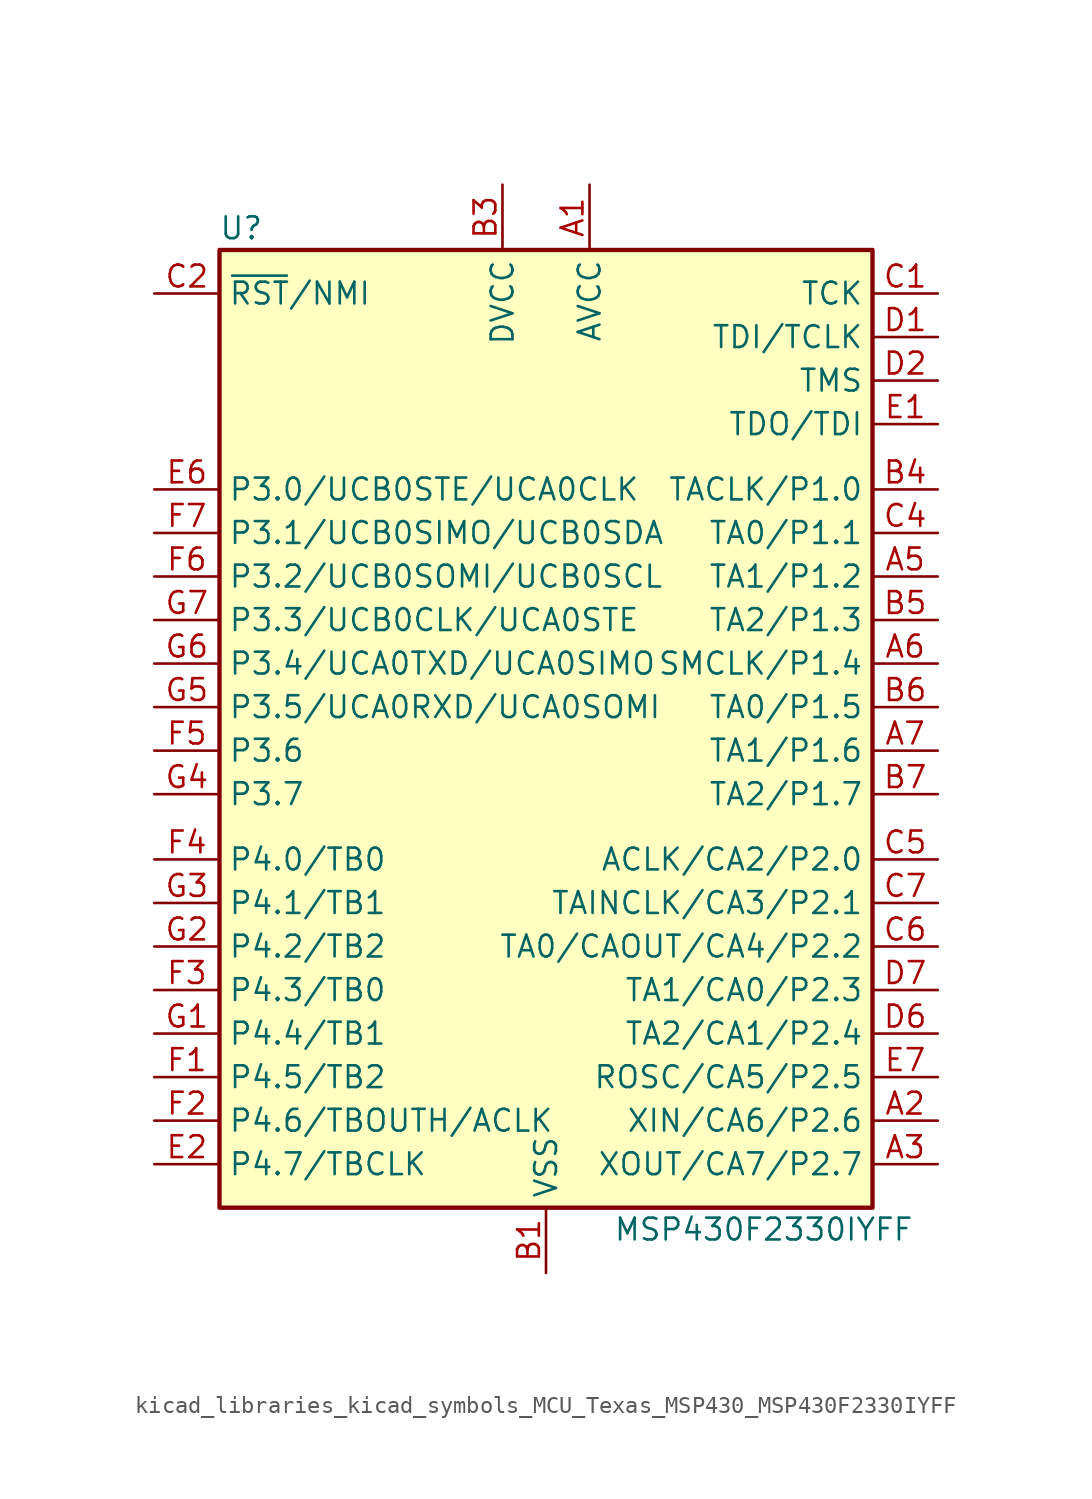
<source format=kicad_sym>
(kicad_symbol_lib
  (version 20220914)
  (generator kicad_symbol_editor)
  (symbol "kicad_libraries_kicad_symbols_MCU_Texas_MSP430_MSP430F2330IYFF"
    (property "Reference" "U"
      (at -17.78 29.21 0)
      (effects (font (size 1.27 1.27))))
    (property "Value" "MSP430F2330IYFF"
      (at 12.7 -29.21 0)
      (effects (font (size 1.27 1.27))))
    (symbol "kicad_libraries_kicad_symbols_MCU_Texas_MSP430_MSP430F2330IYFF_0_1"
      (rectangle (start -19.05 27.94) (end 19.05 -27.94) (stroke (width 0.254) (type default)) (fill (type background))))
    (symbol "kicad_libraries_kicad_symbols_MCU_Texas_MSP430_MSP430F2330IYFF_1_1"
      (pin power_in line (at 2.54 31.75 270) (length 3.81) (name "AVCC" (effects (font (size 1.27 1.27)))) (number "A1" (effects (font (size 1.27 1.27)))))
      (pin bidirectional line (at 22.86 -22.86 180) (length 3.81) (name "XIN/CA6/P2.6" (effects (font (size 1.27 1.27)))) (number "A2" (effects (font (size 1.27 1.27)))))
      (pin bidirectional line (at 22.86 -25.4 180) (length 3.81) (name "XOUT/CA7/P2.7" (effects (font (size 1.27 1.27)))) (number "A3" (effects (font (size 1.27 1.27)))))
      (pin bidirectional line (at 22.86 8.89 180) (length 3.81) (name "TA1/P1.2" (effects (font (size 1.27 1.27)))) (number "A5" (effects (font (size 1.27 1.27)))))
      (pin bidirectional line (at 22.86 3.81 180) (length 3.81) (name "SMCLK/P1.4" (effects (font (size 1.27 1.27)))) (number "A6" (effects (font (size 1.27 1.27)))))
      (pin bidirectional line (at 22.86 -1.27 180) (length 3.81) (name "TA1/P1.6" (effects (font (size 1.27 1.27)))) (number "A7" (effects (font (size 1.27 1.27)))))
      (pin power_in line (at 0 -31.75 90) (length 3.81) (name "VSS" (effects (font (size 1.27 1.27)))) (number "B1" (effects (font (size 1.27 1.27)))))
      (pin power_in line (at -2.54 31.75 270) (length 3.81) (name "DVCC" (effects (font (size 1.27 1.27)))) (number "B3" (effects (font (size 1.27 1.27)))))
      (pin bidirectional line (at 22.86 13.97 180) (length 3.81) (name "TACLK/P1.0" (effects (font (size 1.27 1.27)))) (number "B4" (effects (font (size 1.27 1.27)))))
      (pin bidirectional line (at 22.86 6.35 180) (length 3.81) (name "TA2/P1.3" (effects (font (size 1.27 1.27)))) (number "B5" (effects (font (size 1.27 1.27)))))
      (pin bidirectional line (at 22.86 1.27 180) (length 3.81) (name "TA0/P1.5" (effects (font (size 1.27 1.27)))) (number "B6" (effects (font (size 1.27 1.27)))))
      (pin bidirectional line (at 22.86 -3.81 180) (length 3.81) (name "TA2/P1.7" (effects (font (size 1.27 1.27)))) (number "B7" (effects (font (size 1.27 1.27)))))
      (pin input line (at 22.86 25.4 180) (length 3.81) (name "TCK" (effects (font (size 1.27 1.27)))) (number "C1" (effects (font (size 1.27 1.27)))))
      (pin input line (at -22.86 25.4 0) (length 3.81) (name "~{RST}/NMI" (effects (font (size 1.27 1.27)))) (number "C2" (effects (font (size 1.27 1.27)))))
      (pin bidirectional line (at 22.86 11.43 180) (length 3.81) (name "TA0/P1.1" (effects (font (size 1.27 1.27)))) (number "C4" (effects (font (size 1.27 1.27)))))
      (pin bidirectional line (at 22.86 -7.62 180) (length 3.81) (name "ACLK/CA2/P2.0" (effects (font (size 1.27 1.27)))) (number "C5" (effects (font (size 1.27 1.27)))))
      (pin bidirectional line (at 22.86 -12.7 180) (length 3.81) (name "TA0/CAOUT/CA4/P2.2" (effects (font (size 1.27 1.27)))) (number "C6" (effects (font (size 1.27 1.27)))))
      (pin bidirectional line (at 22.86 -10.16 180) (length 3.81) (name "TAINCLK/CA3/P2.1" (effects (font (size 1.27 1.27)))) (number "C7" (effects (font (size 1.27 1.27)))))
      (pin input line (at 22.86 22.86 180) (length 3.81) (name "TDI/TCLK" (effects (font (size 1.27 1.27)))) (number "D1" (effects (font (size 1.27 1.27)))))
      (pin input line (at 22.86 20.32 180) (length 3.81) (name "TMS" (effects (font (size 1.27 1.27)))) (number "D2" (effects (font (size 1.27 1.27)))))
      (pin bidirectional line (at 22.86 -17.78 180) (length 3.81) (name "TA2/CA1/P2.4" (effects (font (size 1.27 1.27)))) (number "D6" (effects (font (size 1.27 1.27)))))
      (pin bidirectional line (at 22.86 -15.24 180) (length 3.81) (name "TA1/CA0/P2.3" (effects (font (size 1.27 1.27)))) (number "D7" (effects (font (size 1.27 1.27)))))
      (pin bidirectional line (at 22.86 17.78 180) (length 3.81) (name "TDO/TDI" (effects (font (size 1.27 1.27)))) (number "E1" (effects (font (size 1.27 1.27)))))
      (pin bidirectional line (at -22.86 -25.4 0) (length 3.81) (name "P4.7/TBCLK" (effects (font (size 1.27 1.27)))) (number "E2" (effects (font (size 1.27 1.27)))))
      (pin bidirectional line (at -22.86 13.97 0) (length 3.81) (name "P3.0/UCB0STE/UCA0CLK" (effects (font (size 1.27 1.27)))) (number "E6" (effects (font (size 1.27 1.27)))))
      (pin bidirectional line (at 22.86 -20.32 180) (length 3.81) (name "ROSC/CA5/P2.5" (effects (font (size 1.27 1.27)))) (number "E7" (effects (font (size 1.27 1.27)))))
      (pin bidirectional line (at -22.86 -20.32 0) (length 3.81) (name "P4.5/TB2" (effects (font (size 1.27 1.27)))) (number "F1" (effects (font (size 1.27 1.27)))))
      (pin bidirectional line (at -22.86 -22.86 0) (length 3.81) (name "P4.6/TBOUTH/ACLK" (effects (font (size 1.27 1.27)))) (number "F2" (effects (font (size 1.27 1.27)))))
      (pin bidirectional line (at -22.86 -15.24 0) (length 3.81) (name "P4.3/TB0" (effects (font (size 1.27 1.27)))) (number "F3" (effects (font (size 1.27 1.27)))))
      (pin bidirectional line (at -22.86 -7.62 0) (length 3.81) (name "P4.0/TB0" (effects (font (size 1.27 1.27)))) (number "F4" (effects (font (size 1.27 1.27)))))
      (pin bidirectional line (at -22.86 -1.27 0) (length 3.81) (name "P3.6" (effects (font (size 1.27 1.27)))) (number "F5" (effects (font (size 1.27 1.27)))))
      (pin bidirectional line (at -22.86 8.89 0) (length 3.81) (name "P3.2/UCB0SOMI/UCB0SCL" (effects (font (size 1.27 1.27)))) (number "F6" (effects (font (size 1.27 1.27)))))
      (pin bidirectional line (at -22.86 11.43 0) (length 3.81) (name "P3.1/UCB0SIMO/UCB0SDA" (effects (font (size 1.27 1.27)))) (number "F7" (effects (font (size 1.27 1.27)))))
      (pin bidirectional line (at -22.86 -17.78 0) (length 3.81) (name "P4.4/TB1" (effects (font (size 1.27 1.27)))) (number "G1" (effects (font (size 1.27 1.27)))))
      (pin bidirectional line (at -22.86 -12.7 0) (length 3.81) (name "P4.2/TB2" (effects (font (size 1.27 1.27)))) (number "G2" (effects (font (size 1.27 1.27)))))
      (pin bidirectional line (at -22.86 -10.16 0) (length 3.81) (name "P4.1/TB1" (effects (font (size 1.27 1.27)))) (number "G3" (effects (font (size 1.27 1.27)))))
      (pin bidirectional line (at -22.86 -3.81 0) (length 3.81) (name "P3.7" (effects (font (size 1.27 1.27)))) (number "G4" (effects (font (size 1.27 1.27)))))
      (pin bidirectional line (at -22.86 1.27 0) (length 3.81) (name "P3.5/UCA0RXD/UCA0SOMI" (effects (font (size 1.27 1.27)))) (number "G5" (effects (font (size 1.27 1.27)))))
      (pin bidirectional line (at -22.86 3.81 0) (length 3.81) (name "P3.4/UCA0TXD/UCA0SIMO" (effects (font (size 1.27 1.27)))) (number "G6" (effects (font (size 1.27 1.27)))))
      (pin bidirectional line (at -22.86 6.35 0) (length 3.81) (name "P3.3/UCB0CLK/UCA0STE" (effects (font (size 1.27 1.27)))) (number "G7" (effects (font (size 1.27 1.27))))))))
</source>
